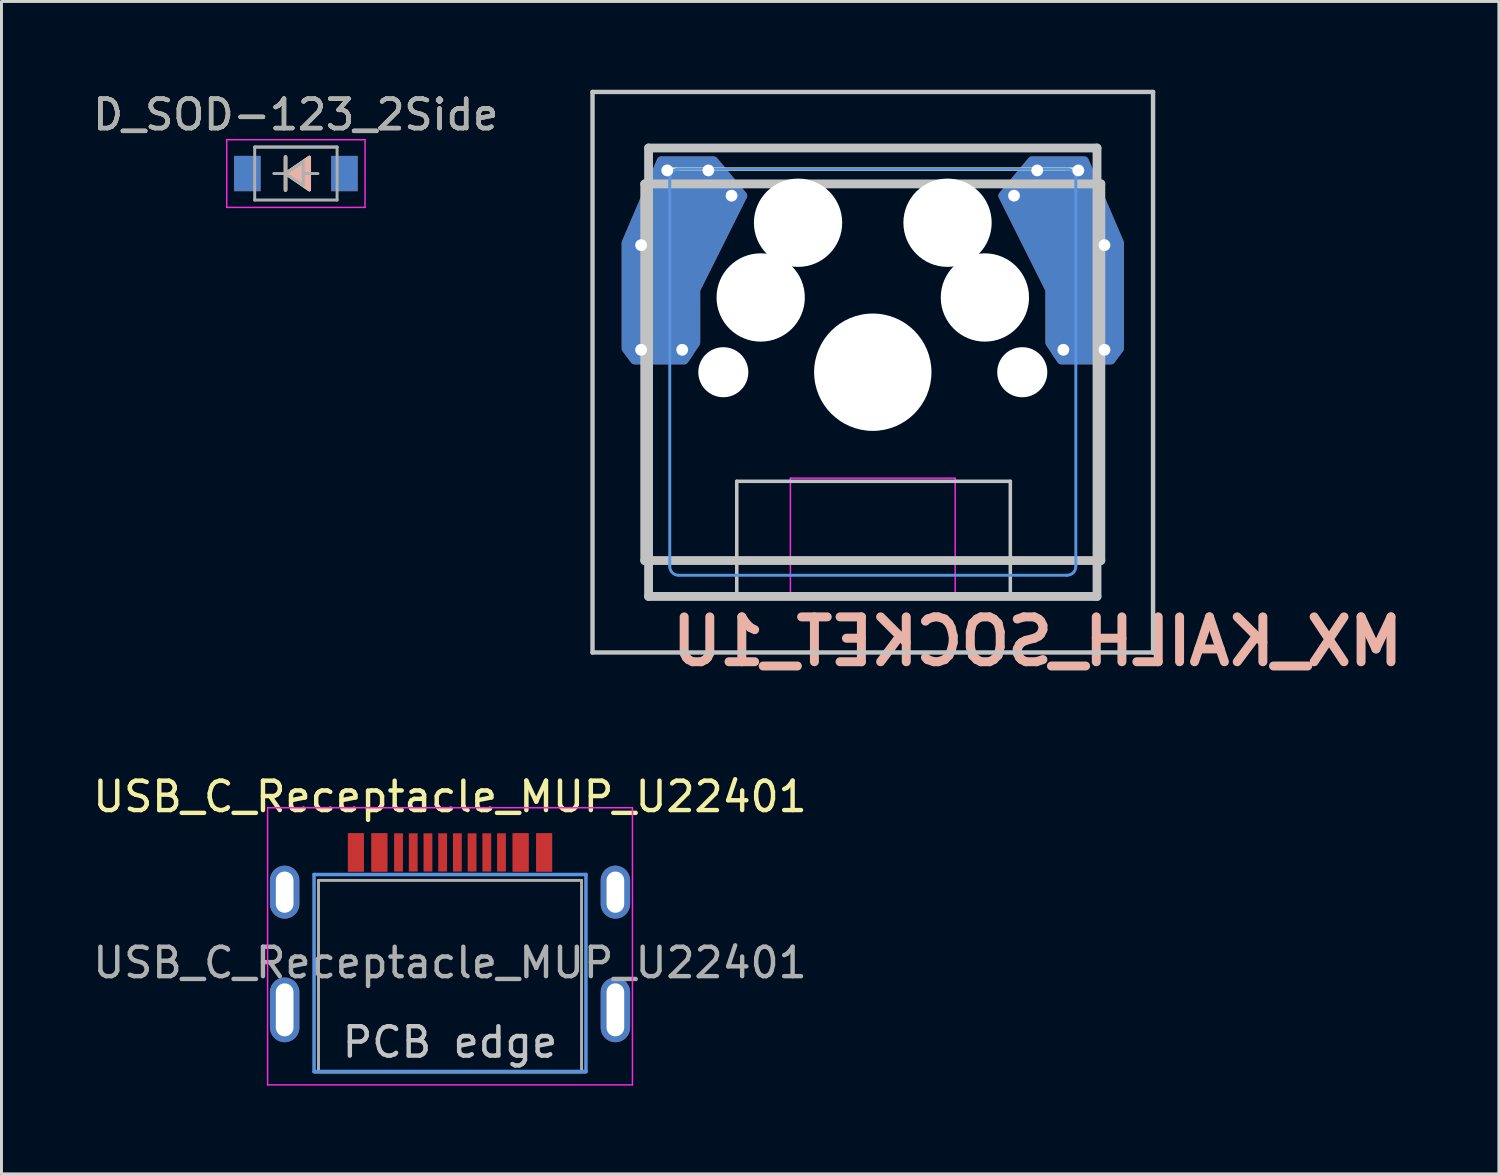
<source format=kicad_pcb>
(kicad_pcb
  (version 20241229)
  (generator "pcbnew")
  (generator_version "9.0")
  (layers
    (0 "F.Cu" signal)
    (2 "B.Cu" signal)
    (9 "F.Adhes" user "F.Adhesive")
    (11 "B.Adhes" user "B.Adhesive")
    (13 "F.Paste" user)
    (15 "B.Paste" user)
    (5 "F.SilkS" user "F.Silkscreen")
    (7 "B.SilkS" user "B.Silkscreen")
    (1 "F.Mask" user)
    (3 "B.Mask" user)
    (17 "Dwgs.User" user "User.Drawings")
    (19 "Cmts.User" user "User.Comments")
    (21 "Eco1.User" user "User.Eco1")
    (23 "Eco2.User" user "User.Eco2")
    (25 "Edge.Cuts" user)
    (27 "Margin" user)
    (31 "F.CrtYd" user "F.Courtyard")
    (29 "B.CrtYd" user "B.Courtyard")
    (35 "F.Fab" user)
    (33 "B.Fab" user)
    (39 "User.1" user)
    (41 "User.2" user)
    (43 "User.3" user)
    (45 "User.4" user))
  (footprint "USB_C_Receptacle_MUP_U22401"
    (layer "F.Cu")
    (at 12.244 29.32)
    (property "Reference" "USB_C_Receptacle_MUP_U22401" (at 0 -5.295 0) (layer "F.SilkS") (effects (font (size 1 1) (thickness 0.15))))
    (attr smd)
    (fp_line (start -4.6 4.05) (end 4.6 4.05) (stroke (width 0.12) (type solid)) (layer "Dwgs.User"))
    (fp_line (start -4.62 4.05) (end -4.62 -2.65) (stroke (width 0.12) (type solid)) (layer "Cmts.User"))
    (fp_line (start -4.62 4.05) (end 4.62 4.05) (stroke (width 0.12) (type solid)) (layer "Cmts.User"))
    (fp_line (start 4.62 -2.65) (end -4.62 -2.65) (stroke (width 0.12) (type solid)) (layer "Cmts.User"))
    (fp_line (start 4.62 4.05) (end 4.62 -2.65) (stroke (width 0.12) (type solid)) (layer "Cmts.User"))
    (fp_line (start -6.2 -4.92) (end -6.2 4.5) (stroke (width 0.05) (type solid)) (layer "F.CrtYd"))
    (fp_line (start -6.2 -4.92) (end 6.2 -4.92) (stroke (width 0.05) (type solid)) (layer "F.CrtYd"))
    (fp_line (start -6.2 4.5) (end 6.2 4.5) (stroke (width 0.05) (type solid)) (layer "F.CrtYd"))
    (fp_line (start 6.2 -4.92) (end 6.2 4.5) (stroke (width 0.05) (type solid)) (layer "F.CrtYd"))
    (fp_line (start -4.47 -2.45) (end -4.47 4.05) (stroke (width 0.1) (type solid)) (layer "F.Fab"))
    (fp_line (start -4.47 -2.45) (end 4.47 -2.45) (stroke (width 0.1) (type solid)) (layer "F.Fab"))
    (fp_line (start -4.47 4.05) (end 4.47 4.05) (stroke (width 0.1) (type solid)) (layer "F.Fab"))
    (fp_line (start 4.47 -2.45) (end 4.47 4.05) (stroke (width 0.1) (type solid)) (layer "F.Fab"))
    (fp_text user "PCB edge" (at 0 3.05 0) (layer "Dwgs.User") (effects (font (size 1 1) (thickness 0.15))))
    (fp_text user "${REFERENCE}" (at 0 0.35 0) (layer "F.Fab") (effects (font (size 1 1) (thickness 0.15))))
    (pad "A1" smd rect (at -3.2 -3.4) (size 0.54 1.3) (layers "F.Cu" "F.Mask" "F.Paste"))
    (pad "A4" smd rect (at -2.4 -3.4) (size 0.54 1.3) (layers "F.Cu" "F.Mask" "F.Paste"))
    (pad "A5" smd rect (at -1.25 -3.4) (size 0.3 1.3) (layers "F.Cu" "F.Mask" "F.Paste"))
    (pad "A6" smd rect (at -0.25 -3.4) (size 0.3 1.3) (layers "F.Cu" "F.Mask" "F.Paste"))
    (pad "A7" smd rect (at 0.25 -3.4) (size 0.3 1.3) (layers "F.Cu" "F.Mask" "F.Paste"))
    (pad "A8" smd rect (at 1.25 -3.4) (size 0.3 1.3) (layers "F.Cu" "F.Mask" "F.Paste"))
    (pad "A9" smd rect (at 2.4 -3.4) (size 0.54 1.3) (layers "F.Cu" "F.Mask" "F.Paste"))
    (pad "A12" smd rect (at 3.2 -3.4) (size 0.54 1.3) (layers "F.Cu" "F.Mask" "F.Paste"))
    (pad "B1" smd rect (at 3.2 -3.4) (size 0.54 1.3) (layers "F.Cu" "F.Mask" "F.Paste"))
    (pad "B4" smd rect (at 2.4 -3.4) (size 0.54 1.3) (layers "F.Cu" "F.Mask" "F.Paste"))
    (pad "B5" smd rect (at 1.75 -3.4) (size 0.3 1.3) (layers "F.Cu" "F.Mask" "F.Paste"))
    (pad "B6" smd rect (at 0.75 -3.4) (size 0.3 1.3) (layers "F.Cu" "F.Mask" "F.Paste"))
    (pad "B7" smd rect (at -0.75 -3.4) (size 0.3 1.3) (layers "F.Cu" "F.Mask" "F.Paste"))
    (pad "B8" smd rect (at -1.75 -3.4) (size 0.3 1.3) (layers "F.Cu" "F.Mask" "F.Paste"))
    (pad "B9" smd rect (at -2.4 -3.4) (size 0.54 1.3) (layers "F.Cu" "F.Mask" "F.Paste"))
    (pad "B12" smd rect (at -3.2 -3.4) (size 0.54 1.3) (layers "F.Cu" "F.Mask" "F.Paste"))
    (pad "S1" thru_hole oval (at -5.62 -2.05) (size 1 1.8) (drill oval 0.6 1.4) (layers "*.Cu" "*.Mask"))
    (pad "S1" thru_hole oval (at -5.62 1.95) (size 1 2.2) (drill oval 0.6 1.8) (layers "*.Cu" "*.Mask"))
    (pad "S1" thru_hole oval (at 5.62 -2.05) (size 1 1.8) (drill oval 0.6 1.4) (layers "*.Cu" "*.Mask"))
    (pad "S1" thru_hole oval (at 5.62 1.95) (size 1 2.2) (drill oval 0.6 1.8) (layers "*.Cu" "*.Mask")))
  (footprint "D_SOD-123_2Side"
    (layer "F.Cu")
    (at 7.006 2.848)
    (property "Reference" "D_SOD-123_2Side" (at 0 -2 0) (layer "F.SilkS") (effects (font (size 1 1) (thickness 0.15))))
    (attr smd)
    (fp_line (start -0.356 -0.559) (end -0.356 0.559) (stroke (width 0.12) (type solid)) (layer "F.SilkS"))
    (fp_poly (pts (xy -0.356 0) (xy 0.457 -0.559) (xy 0.457 0.559)) (stroke (width 0.1) (type solid)) (fill yes) (layer "F.SilkS"))
    (fp_line (start -0.348 0.558) (end -0.348 -0.56) (stroke (width 0.12) (type solid)) (layer "B.SilkS"))
    (fp_poly (pts (xy -0.348 -0.001) (xy 0.465 0.558) (xy 0.465 -0.56)) (stroke (width 0.1) (type solid)) (fill yes) (layer "B.SilkS"))
    (fp_line (start -2.35 -1.15) (end -2.35 1.15) (stroke (width 0.05) (type solid)) (layer "F.CrtYd"))
    (fp_line (start -2.35 -1.15) (end 2.35 -1.15) (stroke (width 0.05) (type solid)) (layer "F.CrtYd"))
    (fp_line (start 2.35 -1.15) (end 2.35 1.15) (stroke (width 0.05) (type solid)) (layer "F.CrtYd"))
    (fp_line (start 2.35 1.15) (end -2.35 1.15) (stroke (width 0.05) (type solid)) (layer "F.CrtYd"))
    (fp_line (start -1.4 -0.9) (end 1.4 -0.9) (stroke (width 0.1) (type solid)) (layer "F.Fab"))
    (fp_line (start -1.4 -0.9) (end 1.4 -0.9) (stroke (width 0.1) (type solid)) (layer "F.Fab"))
    (fp_line (start -1.4 0.9) (end -1.4 -0.9) (stroke (width 0.1) (type solid)) (layer "F.Fab"))
    (fp_line (start -0.75 0) (end -0.35 0) (stroke (width 0.1) (type solid)) (layer "F.Fab"))
    (fp_line (start -0.35 0) (end -0.35 -0.55) (stroke (width 0.1) (type solid)) (layer "F.Fab"))
    (fp_line (start -0.35 0) (end -0.35 0.55) (stroke (width 0.1) (type solid)) (layer "F.Fab"))
    (fp_line (start -0.35 0) (end 0.25 -0.4) (stroke (width 0.1) (type solid)) (layer "F.Fab"))
    (fp_line (start 0.25 -0.4) (end 0.25 0.4) (stroke (width 0.1) (type solid)) (layer "F.Fab"))
    (fp_line (start 0.25 0) (end 0.75 0) (stroke (width 0.1) (type solid)) (layer "F.Fab"))
    (fp_line (start 0.25 0.4) (end -0.35 0) (stroke (width 0.1) (type solid)) (layer "F.Fab"))
    (fp_line (start 1.4 -0.9) (end 1.4 0.9) (stroke (width 0.1) (type solid)) (layer "F.Fab"))
    (fp_line (start 1.4 0.9) (end -1.4 0.9) (stroke (width 0.1) (type solid)) (layer "F.Fab"))
    (fp_text user "${REFERENCE}" (at 0 -2 0) (layer "F.Fab") (effects (font (size 1 1) (thickness 0.15))))
    (pad "1" smd rect (at -1.65 0) (size 0.9 1.2) (layers "F.Cu" "F.Mask" "F.Paste"))
    (pad "1" smd rect (at -1.65 0) (size 0.9 1.2) (layers "B.Cu" "B.Mask" "B.Paste"))
    (pad "2" smd rect (at 1.65 0) (size 0.9 1.2) (layers "F.Cu" "F.Mask" "F.Paste"))
    (pad "2" smd rect (at 1.65 0) (size 0.9 1.2) (layers "B.Cu" "B.Mask" "B.Paste")))
  (footprint "MX_KAILH_SOCKET_1U"
    (layer "F.Cu")
    (at 26.612 9.6)
    (property "Reference" "MX_KAILH_SOCKET_1U" (at 5.6 9.15 0) (layer "B.SilkS") (effects (font (size 1.524 1.524) (thickness 0.305)) (justify mirror)))
    (attr through_hole)
    (fp_line (start 6.9 -6.9) (end -6.9 -6.9) (stroke (width 0.12) (type solid)) (layer "F.SilkS"))
    (fp_line (start -9.525 -9.525) (end 9.525 -9.525) (stroke (width 0.15) (type solid)) (layer "Dwgs.User"))
    (fp_line (start -9.525 9.525) (end -9.525 -9.525) (stroke (width 0.15) (type solid)) (layer "Dwgs.User"))
    (fp_line (start -7.75 6.4) (end -7.75 -6.4) (stroke (width 0.3) (type solid)) (layer "Dwgs.User"))
    (fp_line (start -7.75 6.4) (end 7.75 6.4) (stroke (width 0.3) (type solid)) (layer "Dwgs.User"))
    (fp_line (start -7.62 -7.62) (end 7.62 -7.62) (stroke (width 0.3) (type solid)) (layer "Dwgs.User"))
    (fp_line (start -7.62 7.62) (end -7.62 -7.62) (stroke (width 0.3) (type solid)) (layer "Dwgs.User"))
    (fp_line (start -4.623 3.708) (end -4.623 7.671) (stroke (width 0.12) (type solid)) (layer "Dwgs.User"))
    (fp_line (start 4.674 3.708) (end -4.623 3.708) (stroke (width 0.12) (type solid)) (layer "Dwgs.User"))
    (fp_line (start 4.674 3.708) (end 4.674 7.671) (stroke (width 0.12) (type solid)) (layer "Dwgs.User"))
    (fp_line (start 7.62 -7.62) (end 7.62 7.62) (stroke (width 0.3) (type solid)) (layer "Dwgs.User"))
    (fp_line (start 7.62 7.62) (end -7.62 7.62) (stroke (width 0.3) (type solid)) (layer "Dwgs.User"))
    (fp_line (start 7.75 -6.4) (end -7.75 -6.4) (stroke (width 0.3) (type solid)) (layer "Dwgs.User"))
    (fp_line (start 7.75 6.4) (end 7.75 -6.4) (stroke (width 0.3) (type solid)) (layer "Dwgs.User"))
    (fp_line (start 9.525 -9.525) (end 9.525 9.525) (stroke (width 0.15) (type solid)) (layer "Dwgs.User"))
    (fp_line (start 9.525 9.525) (end -9.525 9.525) (stroke (width 0.15) (type solid)) (layer "Dwgs.User"))
    (fp_line (start -6.9 -6.6) (end -6.9 6.6) (stroke (width 0.1) (type solid)) (layer "Cmts.User"))
    (fp_line (start -6.6 6.9) (end 6.6 6.9) (stroke (width 0.1) (type solid)) (layer "Cmts.User"))
    (fp_line (start 6.6 -6.9) (end -6.6 -6.9) (stroke (width 0.1) (type solid)) (layer "Cmts.User"))
    (fp_line (start 6.9 6.6) (end 6.9 -6.6) (stroke (width 0.1) (type solid)) (layer "Cmts.User"))
    (fp_arc (start -6.9 -6.6) (mid -6.812132 -6.812132) (end -6.6 -6.9) (stroke (width 0.1) (type solid)) (layer "Cmts.User"))
    (fp_arc (start -6.6 6.9) (mid -6.812132 6.812132) (end -6.9 6.6) (stroke (width 0.1) (type solid)) (layer "Cmts.User"))
    (fp_arc (start 6.6 -6.9) (mid 6.812132 -6.812132) (end 6.9 -6.6) (stroke (width 0.1) (type solid)) (layer "Cmts.User"))
    (fp_arc (start 6.9 6.6) (mid 6.812132 6.812132) (end 6.6 6.9) (stroke (width 0.1) (type solid)) (layer "Cmts.User"))
    (fp_line (start -6.95 -6.65) (end -6.95 6.65) (stroke (width 0.1) (type solid)) (layer "Eco1.User"))
    (fp_line (start -6.65 6.95) (end 6.65 6.95) (stroke (width 0.1) (type solid)) (layer "Eco1.User"))
    (fp_line (start 6.65 -6.95) (end -6.65 -6.95) (stroke (width 0.1) (type solid)) (layer "Eco1.User"))
    (fp_line (start 6.95 -6.65) (end 6.95 6.65) (stroke (width 0.1) (type solid)) (layer "Eco1.User"))
    (fp_arc (start -6.95 -6.65) (mid -6.862132 -6.862132) (end -6.65 -6.95) (stroke (width 0.1) (type solid)) (layer "Eco1.User"))
    (fp_arc (start -6.65 6.95) (mid -6.862132 6.862132) (end -6.95 6.65) (stroke (width 0.1) (type solid)) (layer "Eco1.User"))
    (fp_arc (start 6.65 -6.95) (mid 6.862132 -6.862132) (end 6.95 -6.65) (stroke (width 0.1) (type solid)) (layer "Eco1.User"))
    (fp_arc (start 6.95 6.65) (mid 6.862132 6.862132) (end 6.65 6.95) (stroke (width 0.1) (type solid)) (layer "Eco1.User"))
    (fp_line (start -9 -9) (end 9 -9) (stroke (width 0.12) (type solid)) (layer "Eco2.User"))
    (fp_line (start -9 9) (end -9 -9) (stroke (width 0.12) (type solid)) (layer "Eco2.User"))
    (fp_line (start 9 -9) (end 9 9) (stroke (width 0.12) (type solid)) (layer "Eco2.User"))
    (fp_line (start 9 9) (end -9 9) (stroke (width 0.12) (type solid)) (layer "Eco2.User"))
    (fp_line (start -2.8 3.6) (end -2.8 7.6) (stroke (width 0.05) (type solid)) (layer "F.CrtYd"))
    (fp_line (start -2.8 7.6) (end 2.8 7.6) (stroke (width 0.05) (type solid)) (layer "F.CrtYd"))
    (fp_line (start 2.8 3.6) (end -2.8 3.6) (stroke (width 0.05) (type solid)) (layer "F.CrtYd"))
    (fp_line (start 2.8 7.6) (end 2.8 3.6) (stroke (width 0.05) (type solid)) (layer "F.CrtYd"))
    (pad "" np_thru_hole circle (at -5.08 0) (size 1.7 1.7) (drill 1.7) (layers "*.Cu" "*.Mask"))
    (pad "" np_thru_hole circle (at -3.81 -2.54) (size 3 3) (drill 3) (layers "*.Cu" "*.Mask"))
    (pad "" np_thru_hole circle (at -2.54 -5.08) (size 3 3) (drill 3) (layers "*.Cu" "*.Mask"))
    (pad "" np_thru_hole circle (at 0 0) (size 3.988 3.988) (drill 3.988) (layers "*.Cu" "*.Mask"))
    (pad "" np_thru_hole circle (at 2.54 -5.08) (size 3 3) (drill 3) (layers "*.Cu" "*.Mask"))
    (pad "" np_thru_hole circle (at 3.81 -2.54) (size 3 3) (drill 3) (layers "*.Cu" "*.Mask"))
    (pad "" np_thru_hole circle (at 5.08 0) (size 1.702 1.702) (drill 1.702) (layers "*.Cu" "*.Mask"))
    (pad "1" thru_hole circle (at -7.874 -4.318) (size 0.8 0.8) (drill 0.4) (layers "*.Cu"))
    (pad "1" thru_hole circle (at -7.874 -0.762) (size 0.8 0.8) (drill 0.4) (layers "*.Cu"))
    (pad "1" smd custom (at -7.285 -2.54 180) (size 2.35 2.5) (layers "B.Cu") (options (anchor rect)) (primitives (gr_poly (pts (xy -1.285 -1.54) (xy -1.285 0.26) (xy -2.885 3.46) (xy -1.885 4.66) (xy -0.085 4.66) (xy 1.115 1.86) (xy 1.115 -1.74) (xy 0.815 -2.14) (xy -0.885 -2.14)) (width 0.27) (fill yes))))
    (pad "1" smd rect (at -7.2 -2.54 180) (size 2.35 2.5) (layers "B.Cu" "B.Mask"))
    (pad "1" thru_hole circle (at -6.985 -6.858) (size 0.8 0.8) (drill 0.4) (layers "*.Cu"))
    (pad "1" smd custom (at -6.499 -5.067 180) (size 2.15 2.5) (layers "F.Cu") (options (anchor rect)) (primitives (gr_poly (pts (xy -0.499 -4.067) (xy -0.499 -2.267) (xy -2.099 0.933) (xy -1.099 2.133) (xy 0.701 2.133) (xy 1.901 -0.667) (xy 1.901 -4.267) (xy 1.601 -4.667) (xy -0.099 -4.667)) (width 0.27) (fill yes))))
    (pad "1" thru_hole circle (at -6.477 -0.762) (size 0.8 0.8) (drill 0.4) (layers "*.Cu"))
    (pad "1" smd rect (at -6.399 -5.067 180) (size 2.15 2.5) (layers "F.Cu" "F.Mask"))
    (pad "1" thru_hole circle (at -5.588 -6.858) (size 0.8 0.8) (drill 0.4) (layers "*.Cu"))
    (pad "1" thru_hole circle (at -4.8 -6) (size 0.8 0.8) (drill 0.4) (layers "*.Cu"))
    (pad "2" thru_hole circle (at 4.8 -6) (size 0.8 0.8) (drill 0.4) (layers "*.Cu"))
    (pad "2" thru_hole circle (at 5.588 -6.858) (size 0.8 0.8) (drill 0.4) (layers "*.Cu"))
    (pad "2" smd rect (at 6.425 -5.067) (size 2.15 2.5) (layers "B.Cu" "B.Mask"))
    (pad "2" smd custom (at 6.425 -5.067 180) (size 2.15 2.5) (layers "B.Cu") (options (anchor rect)) (primitives (gr_poly (pts (xy 0.425 -4.067) (xy 0.425 -2.267) (xy 2.025 0.933) (xy 1.025 2.133) (xy -0.775 2.133) (xy -1.975 -0.667) (xy -1.975 -4.267) (xy -1.675 -4.667) (xy 0.025 -4.667)) (width 0.27) (fill yes))))
    (pad "2" thru_hole circle (at 6.477 -0.762) (size 0.8 0.8) (drill 0.4) (layers "*.Cu"))
    (pad "2" thru_hole circle (at 6.985 -6.858) (size 0.8 0.8) (drill 0.4) (layers "*.Cu"))
    (pad "2" smd rect (at 7.212 -2.54) (size 2.35 2.5) (layers "F.Cu" "F.Mask"))
    (pad "2" smd custom (at 7.212 -2.54 180) (size 2.35 2.5) (layers "F.Cu") (options (anchor rect)) (primitives (gr_poly (pts (xy 1.212 -1.54) (xy 1.212 0.26) (xy 2.812 3.46) (xy 1.812 4.66) (xy 0.012 4.66) (xy -1.188 1.86) (xy -1.188 -1.74) (xy -0.888 -2.14) (xy 0.812 -2.14)) (width 0.27) (fill yes))))
    (pad "2" thru_hole circle (at 7.874 -4.318) (size 0.8 0.8) (drill 0.4) (layers "*.Cu"))
    (pad "2" thru_hole circle (at 7.874 -0.762) (size 0.8 0.8) (drill 0.4) (layers "*.Cu")))
  (gr_rect
    (start -3 -3)
    (end 47.89 36.845)
    (stroke (width 0.1) (type default))
    (fill no)
    (layer "Edge.Cuts")))
</source>
